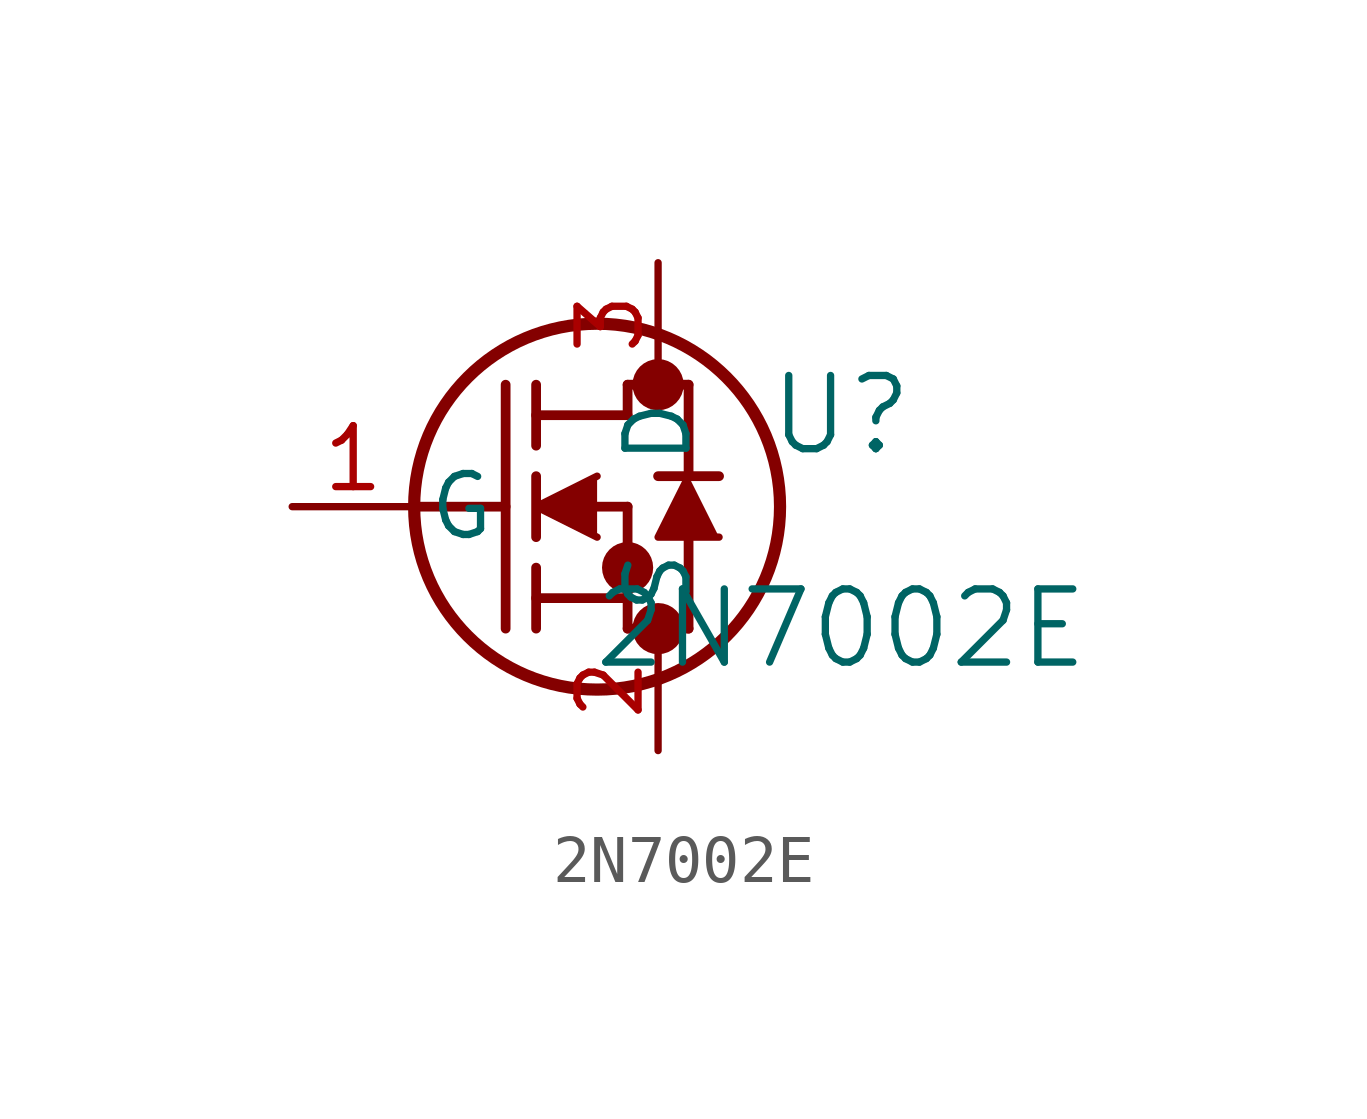
<source format=kicad_sym>
(kicad_symbol_lib
  (version 20211014)
  (generator kicad_symbol_editor)
  (symbol "2N7002E"
    (pin_names
      (offset 0.254))
    (property "Reference" "U"
      (at 11.43 1.905 0)
      (effects (font (size 1.524 1.524))))
    (property "Value" "2N7002E"
      (at 11.43 -2.54 0)
      (effects (font (size 1.524 1.524))))
    (symbol "2N7002E_0_1"
      (circle (center 7.62 2.54) (radius 0.025) (stroke (width 0.508) (type default) (color 0 0 0 0)) (fill (type none)))
      (circle (center 7.62 -2.54) (radius 0.025) (stroke (width 0.508) (type default) (color 0 0 0 0)) (fill (type none)))
      (circle (center 6.985 -1.27) (radius 0.025) (stroke (width 0.508) (type default) (color 0 0 0 0)) (fill (type none)))
      (circle (center 6.35 0) (radius 3.81) (stroke (width 0.254) (type default) (color 0 0 0 0)) (fill (type none)))
      (polyline (pts (xy 2.54 0) (xy 4.445 0)) (stroke (width 0.203) (type default) (color 0 0 0 0)) (fill (type none)))
      (polyline (pts (xy 4.445 -2.54) (xy 4.445 2.54)) (stroke (width 0.203) (type default) (color 0 0 0 0)) (fill (type none)))
      (polyline (pts (xy 5.08 -0.635) (xy 5.08 0.635)) (stroke (width 0.203) (type default) (color 0 0 0 0)) (fill (type none)))
      (polyline (pts (xy 5.08 -2.54) (xy 5.08 -1.27)) (stroke (width 0.203) (type default) (color 0 0 0 0)) (fill (type none)))
      (polyline (pts (xy 5.08 1.27) (xy 5.08 2.54)) (stroke (width 0.203) (type default) (color 0 0 0 0)) (fill (type none)))
      (polyline (pts (xy 6.35 0) (xy 6.985 0)) (stroke (width 0.203) (type default) (color 0 0 0 0)) (fill (type none)))
      (polyline (pts (xy 5.08 -1.905) (xy 6.985 -1.905)) (stroke (width 0.203) (type default) (color 0 0 0 0)) (fill (type none)))
      (polyline (pts (xy 6.985 -2.54) (xy 6.985 0)) (stroke (width 0.203) (type default) (color 0 0 0 0)) (fill (type none)))
      (polyline (pts (xy 6.985 -2.54) (xy 8.255 -2.54)) (stroke (width 0.203) (type default) (color 0 0 0 0)) (fill (type none)))
      (polyline (pts (xy 5.08 1.905) (xy 6.985 1.905)) (stroke (width 0.203) (type default) (color 0 0 0 0)) (fill (type none)))
      (polyline (pts (xy 8.255 0.635) (xy 8.255 2.54)) (stroke (width 0.203) (type default) (color 0 0 0 0)) (fill (type none)))
      (polyline (pts (xy 6.35 0.635) (xy 5.08 0) (xy 6.35 -0.635)) (stroke (width 0) (type default) (color 0 0 0 0)) (fill (type outline)))
      (polyline (pts (xy 8.89 -0.635) (xy 7.62 -0.635) (xy 8.255 0.635)) (stroke (width 0) (type default) (color 0 0 0 0)) (fill (type outline)))
      (polyline (pts (xy 8.255 -2.54) (xy 8.255 -0.635)) (stroke (width 0.203) (type default) (color 0 0 0 0)) (fill (type none)))
      (polyline (pts (xy 8.89 0.635) (xy 7.62 0.635)) (stroke (width 0.203) (type default) (color 0 0 0 0)) (fill (type none)))
      (polyline (pts (xy 6.985 2.54) (xy 8.255 2.54)) (stroke (width 0.203) (type default) (color 0 0 0 0)) (fill (type none)))
      (polyline (pts (xy 6.985 1.905) (xy 6.985 2.54)) (stroke (width 0.203) (type default) (color 0 0 0 0)) (fill (type none)))
      (pin unspecified line (at 0 0 0) (length 2.54) (name "G" (effects (font (size 1.27 1.27)))) (number "1" (effects (font (size 1.27 1.27)))))
      (pin unspecified line (at 7.62 -5.08 90) (length 2.54) (name "S" (effects (font (size 1.27 1.27)))) (number "2" (effects (font (size 1.27 1.27)))))
      (pin unspecified line (at 7.62 5.08 270) (length 2.54) (name "D" (effects (font (size 1.27 1.27)))) (number "3" (effects (font (size 1.27 1.27))))))))
</source>
